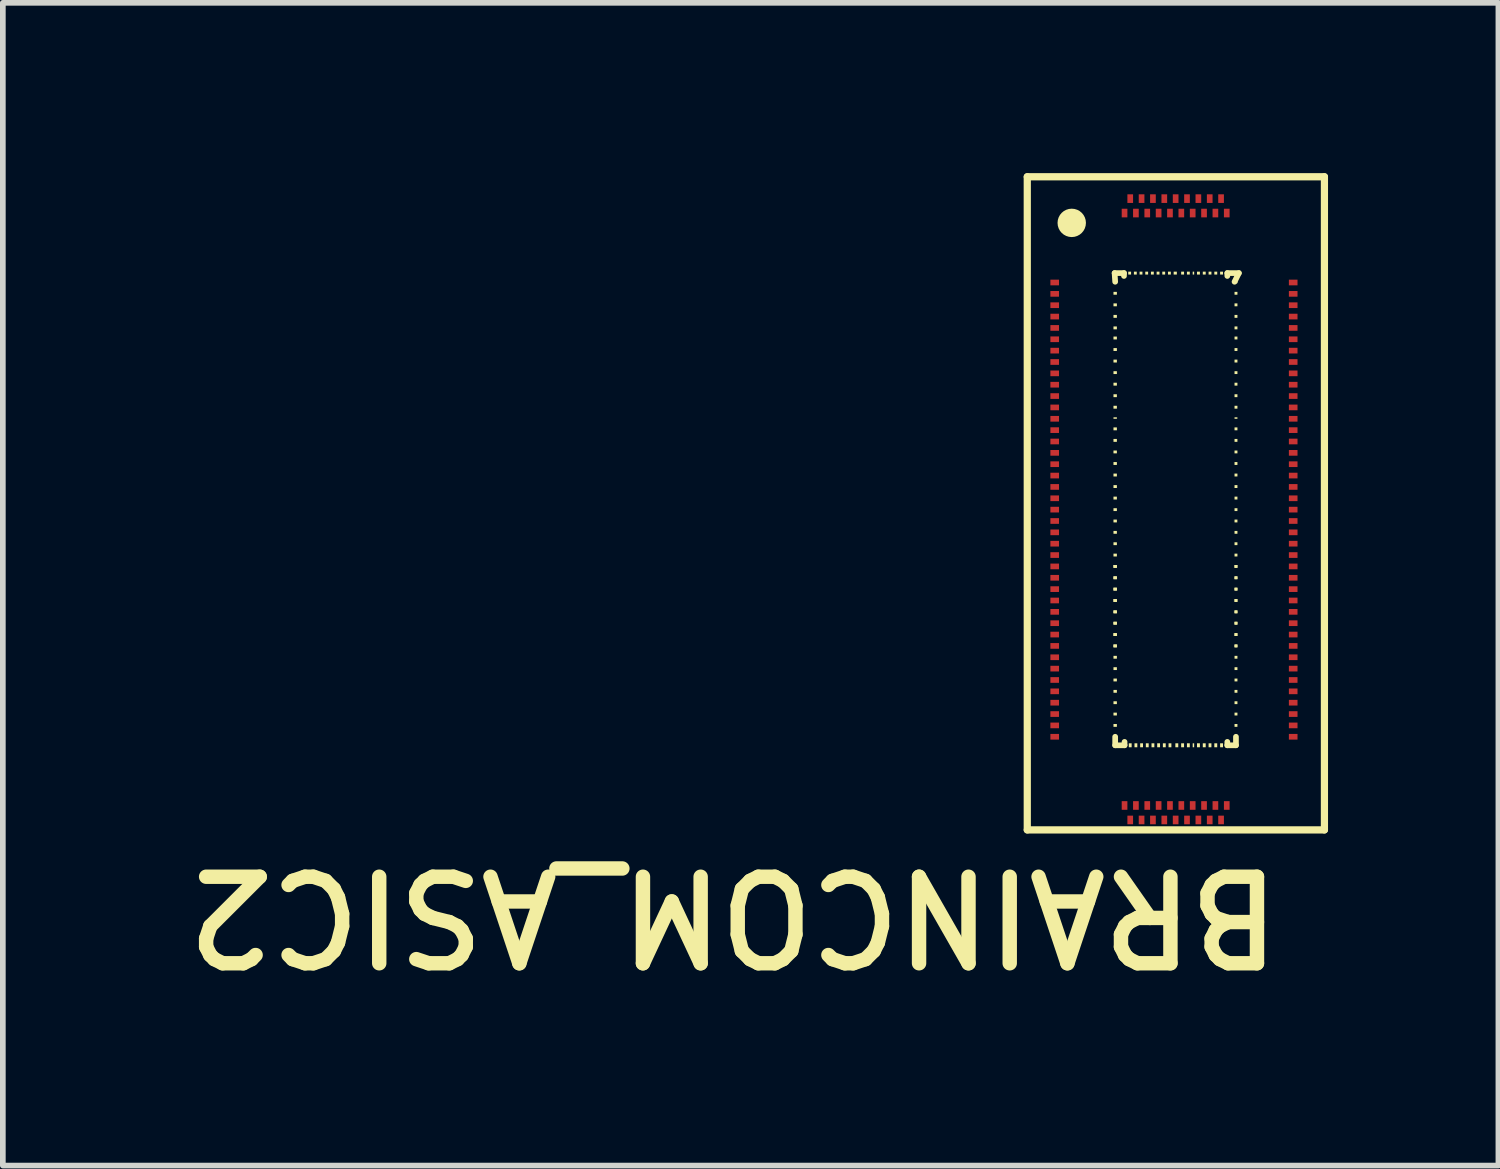
<source format=kicad_pcb>
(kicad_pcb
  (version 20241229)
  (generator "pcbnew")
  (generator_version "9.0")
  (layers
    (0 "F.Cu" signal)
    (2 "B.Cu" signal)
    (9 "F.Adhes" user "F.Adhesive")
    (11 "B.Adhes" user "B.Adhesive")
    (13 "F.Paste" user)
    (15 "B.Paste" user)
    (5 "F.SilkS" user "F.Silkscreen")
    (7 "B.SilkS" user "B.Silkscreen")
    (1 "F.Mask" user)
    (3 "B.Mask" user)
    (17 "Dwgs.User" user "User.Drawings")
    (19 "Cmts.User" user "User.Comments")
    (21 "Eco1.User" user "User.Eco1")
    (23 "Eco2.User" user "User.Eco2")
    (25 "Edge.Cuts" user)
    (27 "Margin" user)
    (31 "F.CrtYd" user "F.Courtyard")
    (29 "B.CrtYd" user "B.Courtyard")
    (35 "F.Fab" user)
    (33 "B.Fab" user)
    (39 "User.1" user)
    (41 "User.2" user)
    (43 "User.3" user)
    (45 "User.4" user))
  (footprint "BRAINCOM_ASIC2"
    (layer "F.Cu")
    (at 17.624 5.925)
    (property "Reference" "BRAINCOM_ASIC2" (at 1.992 6.265 180) (unlocked yes) (layer "F.SilkS") (effects (font (size 1.524 1.524) (thickness 0.254)) (justify left bottom)))
    (fp_line (start -2.583 -5.862) (end -2.583 5.64) (stroke (width 0.127) (type solid)) (layer "F.SilkS"))
    (fp_line (start -1.035 -4.013) (end -1.045 -4.166) (stroke (width 0.1) (type solid)) (layer "F.SilkS"))
    (fp_line (start -1.035 4) (end -1.035 4.15) (stroke (width 0.1) (type solid)) (layer "F.SilkS"))
    (fp_line (start -0.88 -4.166) (end -1.045 -4.166) (stroke (width 0.1) (type solid)) (layer "F.SilkS"))
    (fp_line (start -0.88 -4.166) (end -0.88 -4.115) (stroke (width 0.1) (type solid)) (layer "F.SilkS"))
    (fp_line (start -0.87 4.09) (end -0.87 4.15) (stroke (width 0.1) (type solid)) (layer "F.SilkS"))
    (fp_line (start -0.87 4.15) (end -1.035 4.15) (stroke (width 0.1) (type solid)) (layer "F.SilkS"))
    (fp_line (start 0.94 -4.166) (end 0.94 -4.115) (stroke (width 0.1) (type solid)) (layer "F.SilkS"))
    (fp_line (start 0.94 4.09) (end 0.94 4.15) (stroke (width 0.1) (type solid)) (layer "F.SilkS"))
    (fp_line (start 1.092 4) (end 1.092 4.15) (stroke (width 0.1) (type solid)) (layer "F.SilkS"))
    (fp_line (start 1.092 4.15) (end 0.94 4.15) (stroke (width 0.1) (type solid)) (layer "F.SilkS"))
    (fp_line (start 1.143 -4.166) (end 0.94 -4.166) (stroke (width 0.1) (type solid)) (layer "F.SilkS"))
    (fp_line (start 1.143 -4.166) (end 1.067 -4.013) (stroke (width 0.1) (type solid)) (layer "F.SilkS"))
    (fp_line (start 2.65 -5.862) (end -2.583 -5.862) (stroke (width 0.127) (type solid)) (layer "F.SilkS"))
    (fp_line (start 2.65 -5.862) (end 2.65 5.64) (stroke (width 0.127) (type solid)) (layer "F.SilkS"))
    (fp_line (start 2.65 5.64) (end -2.583 5.64) (stroke (width 0.127) (type solid)) (layer "F.SilkS"))
    (fp_rect (start -1.065 -3.988) (end -1.005 -4.039) (stroke (width 0) (type default)) (fill yes) (layer "F.SilkS"))
    (fp_rect (start -1.065 -3.785) (end -1.005 -3.835) (stroke (width 0) (type default)) (fill yes) (layer "F.SilkS"))
    (fp_rect (start -1.065 -3.581) (end -1.005 -3.632) (stroke (width 0) (type default)) (fill yes) (layer "F.SilkS"))
    (fp_rect (start -1.065 -3.378) (end -1.005 -3.429) (stroke (width 0) (type default)) (fill yes) (layer "F.SilkS"))
    (fp_rect (start -1.065 -3.175) (end -1.005 -3.226) (stroke (width 0) (type default)) (fill yes) (layer "F.SilkS"))
    (fp_rect (start -1.065 -2.997) (end -1.005 -3.048) (stroke (width 0) (type default)) (fill yes) (layer "F.SilkS"))
    (fp_rect (start -1.065 -2.794) (end -1.005 -2.845) (stroke (width 0) (type default)) (fill yes) (layer "F.SilkS"))
    (fp_rect (start -1.065 -2.591) (end -1.005 -2.642) (stroke (width 0) (type default)) (fill yes) (layer "F.SilkS"))
    (fp_rect (start -1.065 -2.388) (end -1.005 -2.438) (stroke (width 0) (type default)) (fill yes) (layer "F.SilkS"))
    (fp_rect (start -1.065 -2.184) (end -1.005 -2.235) (stroke (width 0) (type default)) (fill yes) (layer "F.SilkS"))
    (fp_rect (start -1.065 -1.981) (end -1.005 -2.032) (stroke (width 0) (type default)) (fill yes) (layer "F.SilkS"))
    (fp_rect (start -1.065 -1.778) (end -1.005 -1.829) (stroke (width 0) (type default)) (fill yes) (layer "F.SilkS"))
    (fp_rect (start -1.065 -1.6) (end -1.005 -1.626) (stroke (width 0) (type default)) (fill yes) (layer "F.SilkS"))
    (fp_rect (start -1.065 -1.397) (end -1.005 -1.448) (stroke (width 0) (type default)) (fill yes) (layer "F.SilkS"))
    (fp_rect (start -1.065 -1.194) (end -1.005 -1.245) (stroke (width 0) (type default)) (fill yes) (layer "F.SilkS"))
    (fp_rect (start -1.065 -0.991) (end -1.005 -1.041) (stroke (width 0) (type default)) (fill yes) (layer "F.SilkS"))
    (fp_rect (start -1.065 -0.787) (end -1.005 -0.838) (stroke (width 0) (type default)) (fill yes) (layer "F.SilkS"))
    (fp_rect (start -1.065 -0.584) (end -1.005 -0.635) (stroke (width 0) (type default)) (fill yes) (layer "F.SilkS"))
    (fp_rect (start -1.065 -0.381) (end -1.005 -0.432) (stroke (width 0) (type default)) (fill yes) (layer "F.SilkS"))
    (fp_rect (start -1.065 -0.178) (end -1.005 -0.229) (stroke (width 0) (type default)) (fill yes) (layer "F.SilkS"))
    (fp_rect (start -1.065 0.025) (end -1.005 -0.025) (stroke (width 0) (type default)) (fill yes) (layer "F.SilkS"))
    (fp_rect (start -1.065 0.225) (end -1.005 0.175) (stroke (width 0) (type default)) (fill yes) (layer "F.SilkS"))
    (fp_rect (start -1.065 0.425) (end -1.005 0.375) (stroke (width 0) (type default)) (fill yes) (layer "F.SilkS"))
    (fp_rect (start -1.065 0.625) (end -1.005 0.575) (stroke (width 0) (type default)) (fill yes) (layer "F.SilkS"))
    (fp_rect (start -1.065 0.825) (end -1.005 0.775) (stroke (width 0) (type default)) (fill yes) (layer "F.SilkS"))
    (fp_rect (start -1.065 1.025) (end -1.005 0.975) (stroke (width 0) (type default)) (fill yes) (layer "F.SilkS"))
    (fp_rect (start -1.065 1.025) (end -1.005 0.975) (stroke (width 0) (type default)) (fill yes) (layer "F.SilkS"))
    (fp_rect (start -1.065 1.225) (end -1.005 1.175) (stroke (width 0) (type default)) (fill yes) (layer "F.SilkS"))
    (fp_rect (start -1.065 1.225) (end -1.005 1.175) (stroke (width 0) (type default)) (fill yes) (layer "F.SilkS"))
    (fp_rect (start -1.065 1.425) (end -1.005 1.375) (stroke (width 0) (type default)) (fill yes) (layer "F.SilkS"))
    (fp_rect (start -1.065 1.425) (end -1.005 1.375) (stroke (width 0) (type default)) (fill yes) (layer "F.SilkS"))
    (fp_rect (start -1.065 1.625) (end -1.005 1.575) (stroke (width 0) (type default)) (fill yes) (layer "F.SilkS"))
    (fp_rect (start -1.065 1.625) (end -1.005 1.575) (stroke (width 0) (type default)) (fill yes) (layer "F.SilkS"))
    (fp_rect (start -1.065 1.825) (end -1.005 1.775) (stroke (width 0) (type default)) (fill yes) (layer "F.SilkS"))
    (fp_rect (start -1.065 1.825) (end -1.005 1.775) (stroke (width 0) (type default)) (fill yes) (layer "F.SilkS"))
    (fp_rect (start -1.065 2.025) (end -1.005 1.975) (stroke (width 0) (type default)) (fill yes) (layer "F.SilkS"))
    (fp_rect (start -1.065 2.025) (end -1.005 1.975) (stroke (width 0) (type default)) (fill yes) (layer "F.SilkS"))
    (fp_rect (start -1.065 2.225) (end -1.005 2.175) (stroke (width 0) (type default)) (fill yes) (layer "F.SilkS"))
    (fp_rect (start -1.065 2.225) (end -1.005 2.175) (stroke (width 0) (type default)) (fill yes) (layer "F.SilkS"))
    (fp_rect (start -1.065 2.425) (end -1.005 2.375) (stroke (width 0) (type default)) (fill yes) (layer "F.SilkS"))
    (fp_rect (start -1.065 2.425) (end -1.005 2.375) (stroke (width 0) (type default)) (fill yes) (layer "F.SilkS"))
    (fp_rect (start -1.065 2.625) (end -1.005 2.575) (stroke (width 0) (type default)) (fill yes) (layer "F.SilkS"))
    (fp_rect (start -1.065 2.825) (end -1.005 2.775) (stroke (width 0) (type default)) (fill yes) (layer "F.SilkS"))
    (fp_rect (start -1.065 3.025) (end -1.005 2.975) (stroke (width 0) (type default)) (fill yes) (layer "F.SilkS"))
    (fp_rect (start -1.065 3.225) (end -1.005 3.175) (stroke (width 0) (type default)) (fill yes) (layer "F.SilkS"))
    (fp_rect (start -1.065 3.425) (end -1.005 3.375) (stroke (width 0) (type default)) (fill yes) (layer "F.SilkS"))
    (fp_rect (start -1.065 3.625) (end -1.005 3.575) (stroke (width 0) (type default)) (fill yes) (layer "F.SilkS"))
    (fp_rect (start -1.065 3.825) (end -1.005 3.775) (stroke (width 0) (type default)) (fill yes) (layer "F.SilkS"))
    (fp_rect (start -1.065 4.025) (end -1.005 3.975) (stroke (width 0) (type default)) (fill yes) (layer "F.SilkS"))
    (fp_rect (start -0.905 -4.14) (end -0.855 -4.191) (stroke (width 0) (type default)) (fill yes) (layer "F.SilkS"))
    (fp_rect (start -0.895 4.185) (end -0.845 4.115) (stroke (width 0) (type default)) (fill yes) (layer "F.SilkS"))
    (fp_rect (start -0.805 -4.14) (end -0.755 -4.191) (stroke (width 0) (type default)) (fill yes) (layer "F.SilkS"))
    (fp_rect (start -0.795 4.185) (end -0.745 4.115) (stroke (width 0) (type default)) (fill yes) (layer "F.SilkS"))
    (fp_rect (start -0.705 -4.14) (end -0.655 -4.191) (stroke (width 0) (type default)) (fill yes) (layer "F.SilkS"))
    (fp_rect (start -0.695 4.185) (end -0.645 4.115) (stroke (width 0) (type default)) (fill yes) (layer "F.SilkS"))
    (fp_rect (start -0.605 -4.14) (end -0.555 -4.191) (stroke (width 0) (type default)) (fill yes) (layer "F.SilkS"))
    (fp_rect (start -0.595 4.185) (end -0.545 4.115) (stroke (width 0) (type default)) (fill yes) (layer "F.SilkS"))
    (fp_rect (start -0.505 -4.14) (end -0.455 -4.191) (stroke (width 0) (type default)) (fill yes) (layer "F.SilkS"))
    (fp_rect (start -0.495 4.185) (end -0.445 4.115) (stroke (width 0) (type default)) (fill yes) (layer "F.SilkS"))
    (fp_rect (start -0.405 -4.14) (end -0.355 -4.191) (stroke (width 0) (type default)) (fill yes) (layer "F.SilkS"))
    (fp_rect (start -0.395 4.185) (end -0.345 4.115) (stroke (width 0) (type default)) (fill yes) (layer "F.SilkS"))
    (fp_rect (start -0.305 -4.14) (end -0.255 -4.191) (stroke (width 0) (type default)) (fill yes) (layer "F.SilkS"))
    (fp_rect (start -0.295 4.185) (end -0.245 4.115) (stroke (width 0) (type default)) (fill yes) (layer "F.SilkS"))
    (fp_rect (start -0.205 -4.14) (end -0.155 -4.191) (stroke (width 0) (type default)) (fill yes) (layer "F.SilkS"))
    (fp_rect (start -0.195 4.185) (end -0.145 4.115) (stroke (width 0) (type default)) (fill yes) (layer "F.SilkS"))
    (fp_rect (start -0.105 -4.14) (end -0.055 -4.191) (stroke (width 0) (type default)) (fill yes) (layer "F.SilkS"))
    (fp_rect (start -0.095 4.185) (end -0.045 4.115) (stroke (width 0) (type default)) (fill yes) (layer "F.SilkS"))
    (fp_rect (start -0.005 -4.14) (end 0.051 -4.191) (stroke (width 0) (type default)) (fill yes) (layer "F.SilkS"))
    (fp_rect (start 0.025 4.185) (end 0.076 4.115) (stroke (width 0) (type default)) (fill yes) (layer "F.SilkS"))
    (fp_rect (start 0.127 -4.14) (end 0.178 -4.191) (stroke (width 0) (type default)) (fill yes) (layer "F.SilkS"))
    (fp_rect (start 0.127 4.185) (end 0.178 4.115) (stroke (width 0) (type default)) (fill yes) (layer "F.SilkS"))
    (fp_rect (start 0.229 -4.14) (end 0.279 -4.191) (stroke (width 0) (type default)) (fill yes) (layer "F.SilkS"))
    (fp_rect (start 0.229 4.185) (end 0.279 4.115) (stroke (width 0) (type default)) (fill yes) (layer "F.SilkS"))
    (fp_rect (start 0.33 -4.14) (end 0.356 -4.191) (stroke (width 0) (type default)) (fill yes) (layer "F.SilkS"))
    (fp_rect (start 0.33 4.185) (end 0.356 4.115) (stroke (width 0) (type default)) (fill yes) (layer "F.SilkS"))
    (fp_rect (start 0.406 -4.14) (end 0.457 -4.191) (stroke (width 0) (type default)) (fill yes) (layer "F.SilkS"))
    (fp_rect (start 0.406 4.185) (end 0.457 4.115) (stroke (width 0) (type default)) (fill yes) (layer "F.SilkS"))
    (fp_rect (start 0.508 -4.14) (end 0.559 -4.191) (stroke (width 0) (type default)) (fill yes) (layer "F.SilkS"))
    (fp_rect (start 0.508 4.185) (end 0.559 4.115) (stroke (width 0) (type default)) (fill yes) (layer "F.SilkS"))
    (fp_rect (start 0.61 -4.14) (end 0.66 -4.191) (stroke (width 0) (type default)) (fill yes) (layer "F.SilkS"))
    (fp_rect (start 0.61 4.185) (end 0.66 4.115) (stroke (width 0) (type default)) (fill yes) (layer "F.SilkS"))
    (fp_rect (start 0.711 -4.14) (end 0.762 -4.191) (stroke (width 0) (type default)) (fill yes) (layer "F.SilkS"))
    (fp_rect (start 0.711 4.185) (end 0.762 4.115) (stroke (width 0) (type default)) (fill yes) (layer "F.SilkS"))
    (fp_rect (start 0.813 -4.14) (end 0.864 -4.191) (stroke (width 0) (type default)) (fill yes) (layer "F.SilkS"))
    (fp_rect (start 0.813 4.185) (end 0.864 4.115) (stroke (width 0) (type default)) (fill yes) (layer "F.SilkS"))
    (fp_rect (start 0.914 -4.14) (end 0.965 -4.191) (stroke (width 0) (type default)) (fill yes) (layer "F.SilkS"))
    (fp_rect (start 0.914 4.185) (end 0.965 4.115) (stroke (width 0) (type default)) (fill yes) (layer "F.SilkS"))
    (fp_rect (start 1.067 -3.988) (end 1.118 -4.039) (stroke (width 0) (type default)) (fill yes) (layer "F.SilkS"))
    (fp_rect (start 1.067 -3.785) (end 1.118 -3.835) (stroke (width 0) (type default)) (fill yes) (layer "F.SilkS"))
    (fp_rect (start 1.067 -3.581) (end 1.118 -3.632) (stroke (width 0) (type default)) (fill yes) (layer "F.SilkS"))
    (fp_rect (start 1.067 -3.378) (end 1.118 -3.429) (stroke (width 0) (type default)) (fill yes) (layer "F.SilkS"))
    (fp_rect (start 1.067 -3.175) (end 1.118 -3.226) (stroke (width 0) (type default)) (fill yes) (layer "F.SilkS"))
    (fp_rect (start 1.067 -2.997) (end 1.118 -3.048) (stroke (width 0) (type default)) (fill yes) (layer "F.SilkS"))
    (fp_rect (start 1.067 -2.794) (end 1.118 -2.845) (stroke (width 0) (type default)) (fill yes) (layer "F.SilkS"))
    (fp_rect (start 1.067 -2.591) (end 1.118 -2.642) (stroke (width 0) (type default)) (fill yes) (layer "F.SilkS"))
    (fp_rect (start 1.067 -2.388) (end 1.118 -2.438) (stroke (width 0) (type default)) (fill yes) (layer "F.SilkS"))
    (fp_rect (start 1.067 -2.184) (end 1.118 -2.235) (stroke (width 0) (type default)) (fill yes) (layer "F.SilkS"))
    (fp_rect (start 1.067 -1.981) (end 1.118 -2.032) (stroke (width 0) (type default)) (fill yes) (layer "F.SilkS"))
    (fp_rect (start 1.067 -1.778) (end 1.118 -1.829) (stroke (width 0) (type default)) (fill yes) (layer "F.SilkS"))
    (fp_rect (start 1.067 -1.6) (end 1.118 -1.626) (stroke (width 0) (type default)) (fill yes) (layer "F.SilkS"))
    (fp_rect (start 1.067 -1.397) (end 1.118 -1.448) (stroke (width 0) (type default)) (fill yes) (layer "F.SilkS"))
    (fp_rect (start 1.067 -1.194) (end 1.118 -1.245) (stroke (width 0) (type default)) (fill yes) (layer "F.SilkS"))
    (fp_rect (start 1.067 -0.991) (end 1.118 -1.041) (stroke (width 0) (type default)) (fill yes) (layer "F.SilkS"))
    (fp_rect (start 1.067 -0.787) (end 1.118 -0.838) (stroke (width 0) (type default)) (fill yes) (layer "F.SilkS"))
    (fp_rect (start 1.067 -0.584) (end 1.118 -0.635) (stroke (width 0) (type default)) (fill yes) (layer "F.SilkS"))
    (fp_rect (start 1.067 -0.381) (end 1.118 -0.432) (stroke (width 0) (type default)) (fill yes) (layer "F.SilkS"))
    (fp_rect (start 1.067 -0.178) (end 1.118 -0.229) (stroke (width 0) (type default)) (fill yes) (layer "F.SilkS"))
    (fp_rect (start 1.067 0.025) (end 1.118 -0.025) (stroke (width 0) (type default)) (fill yes) (layer "F.SilkS"))
    (fp_rect (start 1.067 0.225) (end 1.118 0.175) (stroke (width 0) (type default)) (fill yes) (layer "F.SilkS"))
    (fp_rect (start 1.067 0.425) (end 1.118 0.375) (stroke (width 0) (type default)) (fill yes) (layer "F.SilkS"))
    (fp_rect (start 1.067 0.625) (end 1.118 0.575) (stroke (width 0) (type default)) (fill yes) (layer "F.SilkS"))
    (fp_rect (start 1.067 0.825) (end 1.118 0.775) (stroke (width 0) (type default)) (fill yes) (layer "F.SilkS"))
    (fp_rect (start 1.067 1.025) (end 1.118 0.975) (stroke (width 0) (type default)) (fill yes) (layer "F.SilkS"))
    (fp_rect (start 1.067 1.025) (end 1.118 0.975) (stroke (width 0) (type default)) (fill yes) (layer "F.SilkS"))
    (fp_rect (start 1.067 1.225) (end 1.118 1.175) (stroke (width 0) (type default)) (fill yes) (layer "F.SilkS"))
    (fp_rect (start 1.067 1.225) (end 1.118 1.175) (stroke (width 0) (type default)) (fill yes) (layer "F.SilkS"))
    (fp_rect (start 1.067 1.425) (end 1.118 1.375) (stroke (width 0) (type default)) (fill yes) (layer "F.SilkS"))
    (fp_rect (start 1.067 1.425) (end 1.118 1.375) (stroke (width 0) (type default)) (fill yes) (layer "F.SilkS"))
    (fp_rect (start 1.067 1.625) (end 1.118 1.575) (stroke (width 0) (type default)) (fill yes) (layer "F.SilkS"))
    (fp_rect (start 1.067 1.625) (end 1.118 1.575) (stroke (width 0) (type default)) (fill yes) (layer "F.SilkS"))
    (fp_rect (start 1.067 1.825) (end 1.118 1.775) (stroke (width 0) (type default)) (fill yes) (layer "F.SilkS"))
    (fp_rect (start 1.067 1.825) (end 1.118 1.775) (stroke (width 0) (type default)) (fill yes) (layer "F.SilkS"))
    (fp_rect (start 1.067 2.025) (end 1.118 1.975) (stroke (width 0) (type default)) (fill yes) (layer "F.SilkS"))
    (fp_rect (start 1.067 2.025) (end 1.118 1.975) (stroke (width 0) (type default)) (fill yes) (layer "F.SilkS"))
    (fp_rect (start 1.067 2.225) (end 1.118 2.175) (stroke (width 0) (type default)) (fill yes) (layer "F.SilkS"))
    (fp_rect (start 1.067 2.225) (end 1.118 2.175) (stroke (width 0) (type default)) (fill yes) (layer "F.SilkS"))
    (fp_rect (start 1.067 2.425) (end 1.118 2.375) (stroke (width 0) (type default)) (fill yes) (layer "F.SilkS"))
    (fp_rect (start 1.067 2.425) (end 1.118 2.375) (stroke (width 0) (type default)) (fill yes) (layer "F.SilkS"))
    (fp_rect (start 1.067 2.625) (end 1.118 2.575) (stroke (width 0) (type default)) (fill yes) (layer "F.SilkS"))
    (fp_rect (start 1.067 2.825) (end 1.118 2.775) (stroke (width 0) (type default)) (fill yes) (layer "F.SilkS"))
    (fp_rect (start 1.067 3.025) (end 1.118 2.975) (stroke (width 0) (type default)) (fill yes) (layer "F.SilkS"))
    (fp_rect (start 1.067 3.225) (end 1.118 3.175) (stroke (width 0) (type default)) (fill yes) (layer "F.SilkS"))
    (fp_rect (start 1.067 3.425) (end 1.118 3.375) (stroke (width 0) (type default)) (fill yes) (layer "F.SilkS"))
    (fp_rect (start 1.067 3.625) (end 1.118 3.575) (stroke (width 0) (type default)) (fill yes) (layer "F.SilkS"))
    (fp_rect (start 1.067 3.825) (end 1.118 3.775) (stroke (width 0) (type default)) (fill yes) (layer "F.SilkS"))
    (fp_rect (start 1.067 4.025) (end 1.118 3.975) (stroke (width 0) (type default)) (fill yes) (layer "F.SilkS"))
    (fp_circle (center -1.8 -5.05) (end -1.8 -4.925) (stroke (width 0.25) (type solid)) (fill no) (layer "F.SilkS"))
    (pad "1" smd rect (at -2.1 -4) (size 0.152 0.1) (layers "F.Cu" "F.Mask" "F.Paste"))
    (pad "2" smd rect (at -2.1 -3.8) (size 0.152 0.1) (layers "F.Cu" "F.Mask" "F.Paste"))
    (pad "3" smd rect (at -2.1 -3.6) (size 0.152 0.1) (layers "F.Cu" "F.Mask" "F.Paste"))
    (pad "4" smd rect (at -2.1 -3.4) (size 0.152 0.1) (layers "F.Cu" "F.Mask" "F.Paste"))
    (pad "5" smd rect (at -2.1 -3.2) (size 0.152 0.1) (layers "F.Cu" "F.Mask" "F.Paste"))
    (pad "6" smd rect (at -2.1 -3) (size 0.152 0.1) (layers "F.Cu" "F.Mask" "F.Paste"))
    (pad "7" smd rect (at -2.1 -2.8) (size 0.152 0.1) (layers "F.Cu" "F.Mask" "F.Paste"))
    (pad "8" smd rect (at -2.1 -2.6) (size 0.152 0.1) (layers "F.Cu" "F.Mask" "F.Paste"))
    (pad "9" smd rect (at -2.1 -2.4) (size 0.152 0.1) (layers "F.Cu" "F.Mask" "F.Paste"))
    (pad "10" smd rect (at -2.1 -2.2) (size 0.152 0.1) (layers "F.Cu" "F.Mask" "F.Paste"))
    (pad "11" smd rect (at -2.1 -2) (size 0.152 0.1) (layers "F.Cu" "F.Mask" "F.Paste"))
    (pad "12" smd rect (at -2.1 -1.8) (size 0.152 0.1) (layers "F.Cu" "F.Mask" "F.Paste"))
    (pad "13" smd rect (at -2.1 -1.6) (size 0.152 0.1) (layers "F.Cu" "F.Mask" "F.Paste"))
    (pad "14" smd rect (at -2.1 -1.4) (size 0.152 0.1) (layers "F.Cu" "F.Mask" "F.Paste"))
    (pad "15" smd rect (at -2.1 -1.2) (size 0.152 0.1) (layers "F.Cu" "F.Mask" "F.Paste"))
    (pad "16" smd rect (at -2.1 -1) (size 0.152 0.1) (layers "F.Cu" "F.Mask" "F.Paste"))
    (pad "17" smd rect (at -2.1 -0.8) (size 0.152 0.1) (layers "F.Cu" "F.Mask" "F.Paste"))
    (pad "18" smd rect (at -2.1 -0.6) (size 0.152 0.1) (layers "F.Cu" "F.Mask" "F.Paste"))
    (pad "19" smd rect (at -2.1 -0.4) (size 0.152 0.1) (layers "F.Cu" "F.Mask" "F.Paste"))
    (pad "20" smd rect (at -2.1 -0.2) (size 0.152 0.1) (layers "F.Cu" "F.Mask" "F.Paste"))
    (pad "21" smd rect (at -2.1 0) (size 0.152 0.1) (layers "F.Cu" "F.Mask" "F.Paste"))
    (pad "22" smd rect (at -2.1 0.2) (size 0.152 0.1) (layers "F.Cu" "F.Mask" "F.Paste"))
    (pad "23" smd rect (at -2.1 0.4) (size 0.152 0.1) (layers "F.Cu" "F.Mask" "F.Paste"))
    (pad "24" smd rect (at -2.1 0.6) (size 0.152 0.1) (layers "F.Cu" "F.Mask" "F.Paste"))
    (pad "25" smd rect (at -2.1 0.8) (size 0.152 0.1) (layers "F.Cu" "F.Mask" "F.Paste"))
    (pad "26" smd rect (at -2.1 1) (size 0.152 0.1) (layers "F.Cu" "F.Mask" "F.Paste"))
    (pad "27" smd rect (at -2.1 1.2) (size 0.152 0.1) (layers "F.Cu" "F.Mask" "F.Paste"))
    (pad "28" smd rect (at -2.1 1.4) (size 0.152 0.1) (layers "F.Cu" "F.Mask" "F.Paste"))
    (pad "29" smd rect (at -2.1 1.6) (size 0.152 0.1) (layers "F.Cu" "F.Mask" "F.Paste"))
    (pad "30" smd rect (at -2.1 1.8) (size 0.152 0.1) (layers "F.Cu" "F.Mask" "F.Paste"))
    (pad "31" smd rect (at -2.1 2) (size 0.152 0.1) (layers "F.Cu" "F.Mask" "F.Paste"))
    (pad "32" smd rect (at -2.1 2.2) (size 0.152 0.1) (layers "F.Cu" "F.Mask" "F.Paste"))
    (pad "33" smd rect (at -2.1 2.4) (size 0.152 0.1) (layers "F.Cu" "F.Mask" "F.Paste"))
    (pad "34" smd rect (at -2.1 2.6) (size 0.152 0.1) (layers "F.Cu" "F.Mask" "F.Paste"))
    (pad "35" smd rect (at -2.1 2.8) (size 0.152 0.1) (layers "F.Cu" "F.Mask" "F.Paste"))
    (pad "36" smd rect (at -2.1 3) (size 0.152 0.1) (layers "F.Cu" "F.Mask" "F.Paste"))
    (pad "37" smd rect (at -2.1 3.2) (size 0.152 0.1) (layers "F.Cu" "F.Mask" "F.Paste"))
    (pad "38" smd rect (at -2.1 3.4) (size 0.152 0.1) (layers "F.Cu" "F.Mask" "F.Paste"))
    (pad "39" smd rect (at -2.1 3.6) (size 0.152 0.1) (layers "F.Cu" "F.Mask" "F.Paste"))
    (pad "40" smd rect (at -2.1 3.8) (size 0.152 0.1) (layers "F.Cu" "F.Mask" "F.Paste"))
    (pad "41" smd rect (at -2.1 4) (size 0.152 0.1) (layers "F.Cu" "F.Mask" "F.Paste"))
    (pad "42" smd rect (at -0.87 5.21) (size 0.1 0.152) (layers "F.Cu" "F.Mask" "F.Paste"))
    (pad "43" smd rect (at -0.77 5.465) (size 0.1 0.152) (layers "F.Cu" "F.Mask" "F.Paste"))
    (pad "44" smd rect (at -0.67 5.21) (size 0.1 0.152) (layers "F.Cu" "F.Mask" "F.Paste"))
    (pad "45" smd rect (at -0.57 5.465) (size 0.1 0.152) (layers "F.Cu" "F.Mask" "F.Paste"))
    (pad "46" smd rect (at -0.47 5.21) (size 0.1 0.152) (layers "F.Cu" "F.Mask" "F.Paste"))
    (pad "47" smd rect (at -0.37 5.465) (size 0.1 0.152) (layers "F.Cu" "F.Mask" "F.Paste"))
    (pad "48" smd rect (at -0.27 5.21) (size 0.1 0.152) (layers "F.Cu" "F.Mask" "F.Paste"))
    (pad "49" smd rect (at -0.17 5.465) (size 0.1 0.152) (layers "F.Cu" "F.Mask" "F.Paste"))
    (pad "50" smd rect (at -0.07 5.21) (size 0.1 0.152) (layers "F.Cu" "F.Mask" "F.Paste"))
    (pad "51" smd rect (at 0.03 5.465) (size 0.1 0.152) (layers "F.Cu" "F.Mask" "F.Paste"))
    (pad "52" smd rect (at 0.13 5.21) (size 0.1 0.152) (layers "F.Cu" "F.Mask" "F.Paste"))
    (pad "53" smd rect (at 0.23 5.465) (size 0.1 0.152) (layers "F.Cu" "F.Mask" "F.Paste"))
    (pad "54" smd rect (at 0.33 5.21) (size 0.1 0.152) (layers "F.Cu" "F.Mask" "F.Paste"))
    (pad "55" smd rect (at 0.43 5.465) (size 0.1 0.152) (layers "F.Cu" "F.Mask" "F.Paste"))
    (pad "56" smd rect (at 0.53 5.21) (size 0.1 0.152) (layers "F.Cu" "F.Mask" "F.Paste"))
    (pad "57" smd rect (at 0.63 5.465) (size 0.1 0.152) (layers "F.Cu" "F.Mask" "F.Paste"))
    (pad "58" smd rect (at 0.73 5.21) (size 0.1 0.152) (layers "F.Cu" "F.Mask" "F.Paste"))
    (pad "59" smd rect (at 0.83 5.465) (size 0.1 0.152) (layers "F.Cu" "F.Mask" "F.Paste"))
    (pad "60" smd rect (at 0.93 5.21) (size 0.1 0.152) (layers "F.Cu" "F.Mask" "F.Paste"))
    (pad "61" smd rect (at 2.1 4) (size 0.152 0.1) (layers "F.Cu" "F.Mask" "F.Paste"))
    (pad "62" smd rect (at 2.1 3.8) (size 0.152 0.1) (layers "F.Cu" "F.Mask" "F.Paste"))
    (pad "63" smd rect (at 2.1 3.6) (size 0.152 0.1) (layers "F.Cu" "F.Mask" "F.Paste"))
    (pad "64" smd rect (at 2.1 3.4) (size 0.152 0.1) (layers "F.Cu" "F.Mask" "F.Paste"))
    (pad "65" smd rect (at 2.1 3.2) (size 0.152 0.1) (layers "F.Cu" "F.Mask" "F.Paste"))
    (pad "66" smd rect (at 2.1 3) (size 0.152 0.1) (layers "F.Cu" "F.Mask" "F.Paste"))
    (pad "67" smd rect (at 2.1 2.8) (size 0.152 0.1) (layers "F.Cu" "F.Mask" "F.Paste"))
    (pad "68" smd rect (at 2.1 2.6) (size 0.152 0.1) (layers "F.Cu" "F.Mask" "F.Paste"))
    (pad "69" smd rect (at 2.1 2.4) (size 0.152 0.1) (layers "F.Cu" "F.Mask" "F.Paste"))
    (pad "70" smd rect (at 2.1 2.2) (size 0.152 0.1) (layers "F.Cu" "F.Mask" "F.Paste"))
    (pad "71" smd rect (at 2.1 2) (size 0.152 0.1) (layers "F.Cu" "F.Mask" "F.Paste"))
    (pad "72" smd rect (at 2.1 1.8) (size 0.152 0.1) (layers "F.Cu" "F.Mask" "F.Paste"))
    (pad "73" smd rect (at 2.1 1.6) (size 0.152 0.1) (layers "F.Cu" "F.Mask" "F.Paste"))
    (pad "74" smd rect (at 2.1 1.4) (size 0.152 0.1) (layers "F.Cu" "F.Mask" "F.Paste"))
    (pad "75" smd rect (at 2.1 1.2) (size 0.152 0.1) (layers "F.Cu" "F.Mask" "F.Paste"))
    (pad "76" smd rect (at 2.1 1) (size 0.152 0.1) (layers "F.Cu" "F.Mask" "F.Paste"))
    (pad "77" smd rect (at 2.1 0.8) (size 0.152 0.1) (layers "F.Cu" "F.Mask" "F.Paste"))
    (pad "78" smd rect (at 2.1 0.6) (size 0.152 0.1) (layers "F.Cu" "F.Mask" "F.Paste"))
    (pad "79" smd rect (at 2.1 0.4) (size 0.152 0.1) (layers "F.Cu" "F.Mask" "F.Paste"))
    (pad "80" smd rect (at 2.1 0.2) (size 0.152 0.1) (layers "F.Cu" "F.Mask" "F.Paste"))
    (pad "81" smd rect (at 2.1 0) (size 0.152 0.1) (layers "F.Cu" "F.Mask" "F.Paste"))
    (pad "82" smd rect (at 2.1 -0.2) (size 0.152 0.1) (layers "F.Cu" "F.Mask" "F.Paste"))
    (pad "83" smd rect (at 2.1 -0.4) (size 0.152 0.1) (layers "F.Cu" "F.Mask" "F.Paste"))
    (pad "84" smd rect (at 2.1 -0.6) (size 0.152 0.1) (layers "F.Cu" "F.Mask" "F.Paste"))
    (pad "85" smd rect (at 2.1 -0.8) (size 0.152 0.1) (layers "F.Cu" "F.Mask" "F.Paste"))
    (pad "86" smd rect (at 2.1 -1) (size 0.152 0.1) (layers "F.Cu" "F.Mask" "F.Paste"))
    (pad "87" smd rect (at 2.1 -1.2) (size 0.152 0.1) (layers "F.Cu" "F.Mask" "F.Paste"))
    (pad "88" smd rect (at 2.1 -1.4) (size 0.152 0.1) (layers "F.Cu" "F.Mask" "F.Paste"))
    (pad "89" smd rect (at 2.1 -1.6) (size 0.152 0.1) (layers "F.Cu" "F.Mask" "F.Paste"))
    (pad "90" smd rect (at 2.1 -1.8) (size 0.152 0.1) (layers "F.Cu" "F.Mask" "F.Paste"))
    (pad "91" smd rect (at 2.1 -2) (size 0.152 0.1) (layers "F.Cu" "F.Mask" "F.Paste"))
    (pad "92" smd rect (at 2.1 -2.2) (size 0.152 0.1) (layers "F.Cu" "F.Mask" "F.Paste"))
    (pad "93" smd rect (at 2.1 -2.4) (size 0.152 0.1) (layers "F.Cu" "F.Mask" "F.Paste"))
    (pad "94" smd rect (at 2.1 -2.6) (size 0.152 0.1) (layers "F.Cu" "F.Mask" "F.Paste"))
    (pad "95" smd rect (at 2.1 -2.8) (size 0.152 0.1) (layers "F.Cu" "F.Mask" "F.Paste"))
    (pad "96" smd rect (at 2.1 -3) (size 0.152 0.1) (layers "F.Cu" "F.Mask" "F.Paste"))
    (pad "97" smd rect (at 2.1 -3.2) (size 0.152 0.1) (layers "F.Cu" "F.Mask" "F.Paste"))
    (pad "98" smd rect (at 2.1 -3.4) (size 0.152 0.1) (layers "F.Cu" "F.Mask" "F.Paste"))
    (pad "99" smd rect (at 2.1 -3.6) (size 0.152 0.1) (layers "F.Cu" "F.Mask" "F.Paste"))
    (pad "100" smd rect (at 2.1 -3.8) (size 0.152 0.1) (layers "F.Cu" "F.Mask" "F.Paste"))
    (pad "101" smd rect (at 2.1 -4) (size 0.152 0.1) (layers "F.Cu" "F.Mask" "F.Paste"))
    (pad "102" smd rect (at 0.93 -5.223 180) (size 0.1 0.152) (layers "F.Cu" "F.Mask" "F.Paste"))
    (pad "103" smd rect (at 0.83 -5.477 180) (size 0.1 0.152) (layers "F.Cu" "F.Mask" "F.Paste"))
    (pad "104" smd rect (at 0.73 -5.223 180) (size 0.1 0.152) (layers "F.Cu" "F.Mask" "F.Paste"))
    (pad "105" smd rect (at 0.63 -5.477 180) (size 0.1 0.152) (layers "F.Cu" "F.Mask" "F.Paste"))
    (pad "106" smd rect (at 0.53 -5.223 180) (size 0.1 0.152) (layers "F.Cu" "F.Mask" "F.Paste"))
    (pad "107" smd rect (at 0.43 -5.477 180) (size 0.1 0.152) (layers "F.Cu" "F.Mask" "F.Paste"))
    (pad "108" smd rect (at 0.33 -5.223 180) (size 0.1 0.152) (layers "F.Cu" "F.Mask" "F.Paste"))
    (pad "109" smd rect (at 0.23 -5.477 180) (size 0.1 0.152) (layers "F.Cu" "F.Mask" "F.Paste"))
    (pad "110" smd rect (at 0.13 -5.223 180) (size 0.1 0.152) (layers "F.Cu" "F.Mask" "F.Paste"))
    (pad "111" smd rect (at 0.03 -5.477 180) (size 0.1 0.152) (layers "F.Cu" "F.Mask" "F.Paste"))
    (pad "112" smd rect (at -0.07 -5.223 180) (size 0.1 0.152) (layers "F.Cu" "F.Mask" "F.Paste"))
    (pad "113" smd rect (at -0.17 -5.477 180) (size 0.1 0.152) (layers "F.Cu" "F.Mask" "F.Paste"))
    (pad "114" smd rect (at -0.27 -5.223 180) (size 0.1 0.152) (layers "F.Cu" "F.Mask" "F.Paste"))
    (pad "115" smd rect (at -0.37 -5.477 180) (size 0.1 0.152) (layers "F.Cu" "F.Mask" "F.Paste"))
    (pad "116" smd rect (at -0.47 -5.223 180) (size 0.1 0.152) (layers "F.Cu" "F.Mask" "F.Paste"))
    (pad "117" smd rect (at -0.57 -5.477 180) (size 0.1 0.152) (layers "F.Cu" "F.Mask" "F.Paste"))
    (pad "118" smd rect (at -0.67 -5.223 180) (size 0.1 0.152) (layers "F.Cu" "F.Mask" "F.Paste"))
    (pad "119" smd rect (at -0.77 -5.477 180) (size 0.1 0.152) (layers "F.Cu" "F.Mask" "F.Paste"))
    (pad "120" smd rect (at -0.87 -5.223 180) (size 0.1 0.152) (layers "F.Cu" "F.Mask" "F.Paste")))
  (gr_rect
    (start -3 -3)
    (end 23.338 17.476)
    (stroke (width 0.1) (type default))
    (fill no)
    (layer "Edge.Cuts")))
</source>
